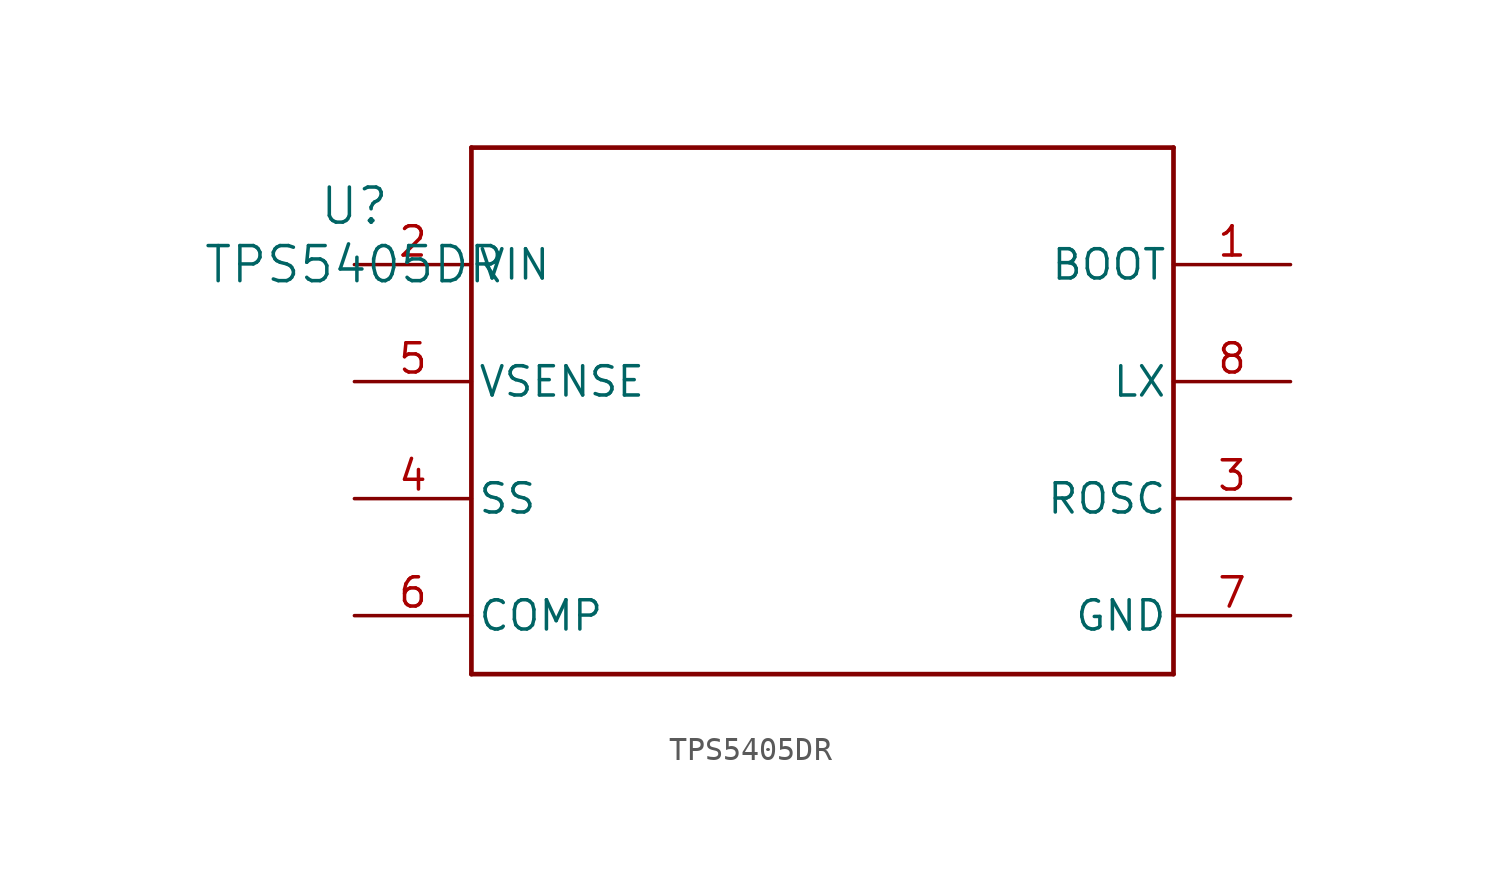
<source format=kicad_sym>
(kicad_symbol_lib
  (version 20211014)
  (generator kicad_symbol_editor)
  (symbol "TPS5405DR"
    (pin_names
      (offset 0.254))
    (property "Reference" "U"
      (at 0 2.54 0)
      (effects (font (size 1.524 1.524))))
    (property "Value" "TPS5405DR"
      (at 0 0 0)
      (effects (font (size 1.524 1.524))))
    (symbol "TPS5405DR_0_1"
      (polyline (pts (xy 5.08 -17.78) (xy 35.56 -17.78)) (stroke (width 0.203) (type default) (color 0 0 0 0)) (fill (type none)))
      (polyline (pts (xy 35.56 -17.78) (xy 35.56 5.08)) (stroke (width 0.203) (type default) (color 0 0 0 0)) (fill (type none)))
      (polyline (pts (xy 35.56 5.08) (xy 5.08 5.08)) (stroke (width 0.203) (type default) (color 0 0 0 0)) (fill (type none)))
      (polyline (pts (xy 5.08 5.08) (xy 5.08 -17.78)) (stroke (width 0.203) (type default) (color 0 0 0 0)) (fill (type none)))
      (pin unspecified line (at 40.64 0 180) (length 5.08) (name "BOOT" (effects (font (size 1.27 1.27)))) (number "1" (effects (font (size 1.27 1.27)))))
      (pin power_in line (at 0 0 0) (length 5.08) (name "VIN" (effects (font (size 1.27 1.27)))) (number "2" (effects (font (size 1.27 1.27)))))
      (pin unspecified line (at 40.64 -10.16 180) (length 5.08) (name "ROSC" (effects (font (size 1.27 1.27)))) (number "3" (effects (font (size 1.27 1.27)))))
      (pin unspecified line (at 0 -10.16 0) (length 5.08) (name "SS" (effects (font (size 1.27 1.27)))) (number "4" (effects (font (size 1.27 1.27)))))
      (pin power_in line (at 0 -5.08 0) (length 5.08) (name "VSENSE" (effects (font (size 1.27 1.27)))) (number "5" (effects (font (size 1.27 1.27)))))
      (pin unspecified line (at 0 -15.24 0) (length 5.08) (name "COMP" (effects (font (size 1.27 1.27)))) (number "6" (effects (font (size 1.27 1.27)))))
      (pin power_in line (at 40.64 -15.24 180) (length 5.08) (name "GND" (effects (font (size 1.27 1.27)))) (number "7" (effects (font (size 1.27 1.27)))))
      (pin unspecified line (at 40.64 -5.08 180) (length 5.08) (name "LX" (effects (font (size 1.27 1.27)))) (number "8" (effects (font (size 1.27 1.27))))))))
</source>
